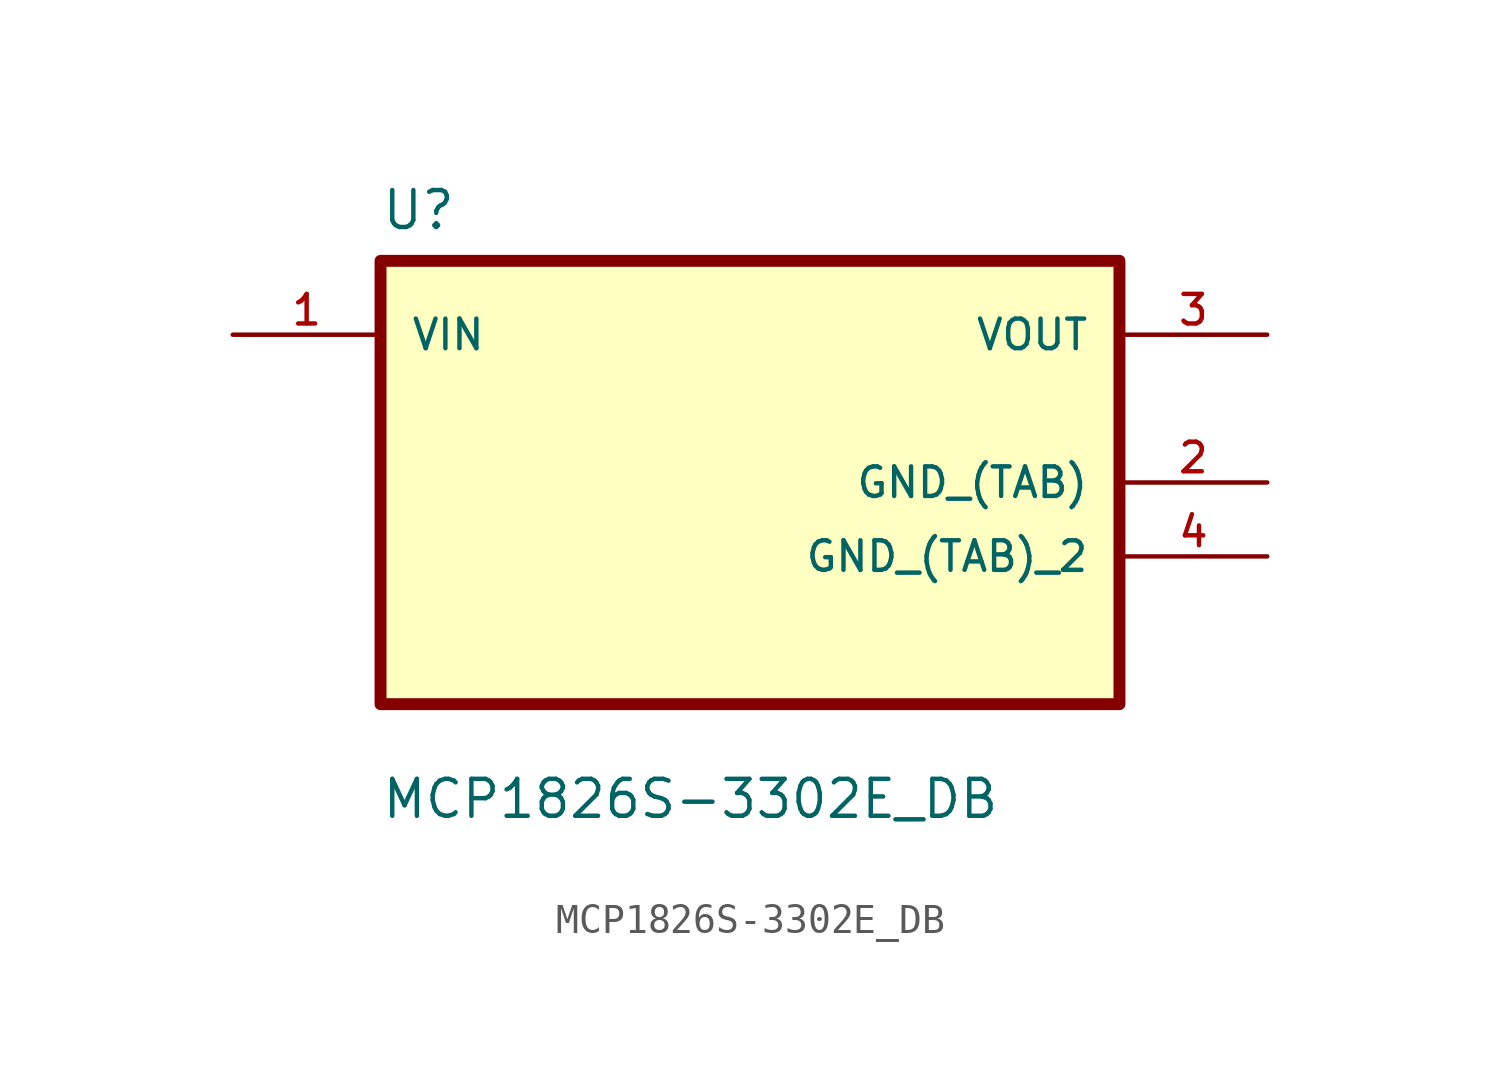
<source format=kicad_sym>
(kicad_symbol_lib
  (version 20211014)
  (generator kicad_symbol_editor)
  (symbol "MCP1826S-3302E_DB"
    (pin_names
      (offset 1.016))
    (property "Reference" "U"
      (at -12.7 8.62 0.0)
      (effects (font (size 1.27 1.27)) (justify bottom left)))
    (property "Value" "MCP1826S-3302E_DB"
      (at -12.7 -11.62 0.0)
      (effects (font (size 1.27 1.27)) (justify bottom left)))
    (symbol "MCP1826S-3302E_DB_0_0"
      (rectangle (start -12.7 -7.62) (end 12.7 7.62) (stroke (width 0.41)) (fill (type background)))
      (pin input line (at -17.78 5.08 0) (length 5.08) (name "VIN" (effects (font (size 1.016 1.016)))) (number "1" (effects (font (size 1.016 1.016)))))
      (pin output line (at 17.78 5.08 180.0) (length 5.08) (name "VOUT" (effects (font (size 1.016 1.016)))) (number "3" (effects (font (size 1.016 1.016)))))
      (pin power_in line (at 17.78 0.0 180.0) (length 5.08) (name "GND_(TAB)" (effects (font (size 1.016 1.016)))) (number "2" (effects (font (size 1.016 1.016)))))
      (pin power_in line (at 17.78 -2.54 180.0) (length 5.08) (name "GND_(TAB)_2" (effects (font (size 1.016 1.016)))) (number "4" (effects (font (size 1.016 1.016))))))))
</source>
